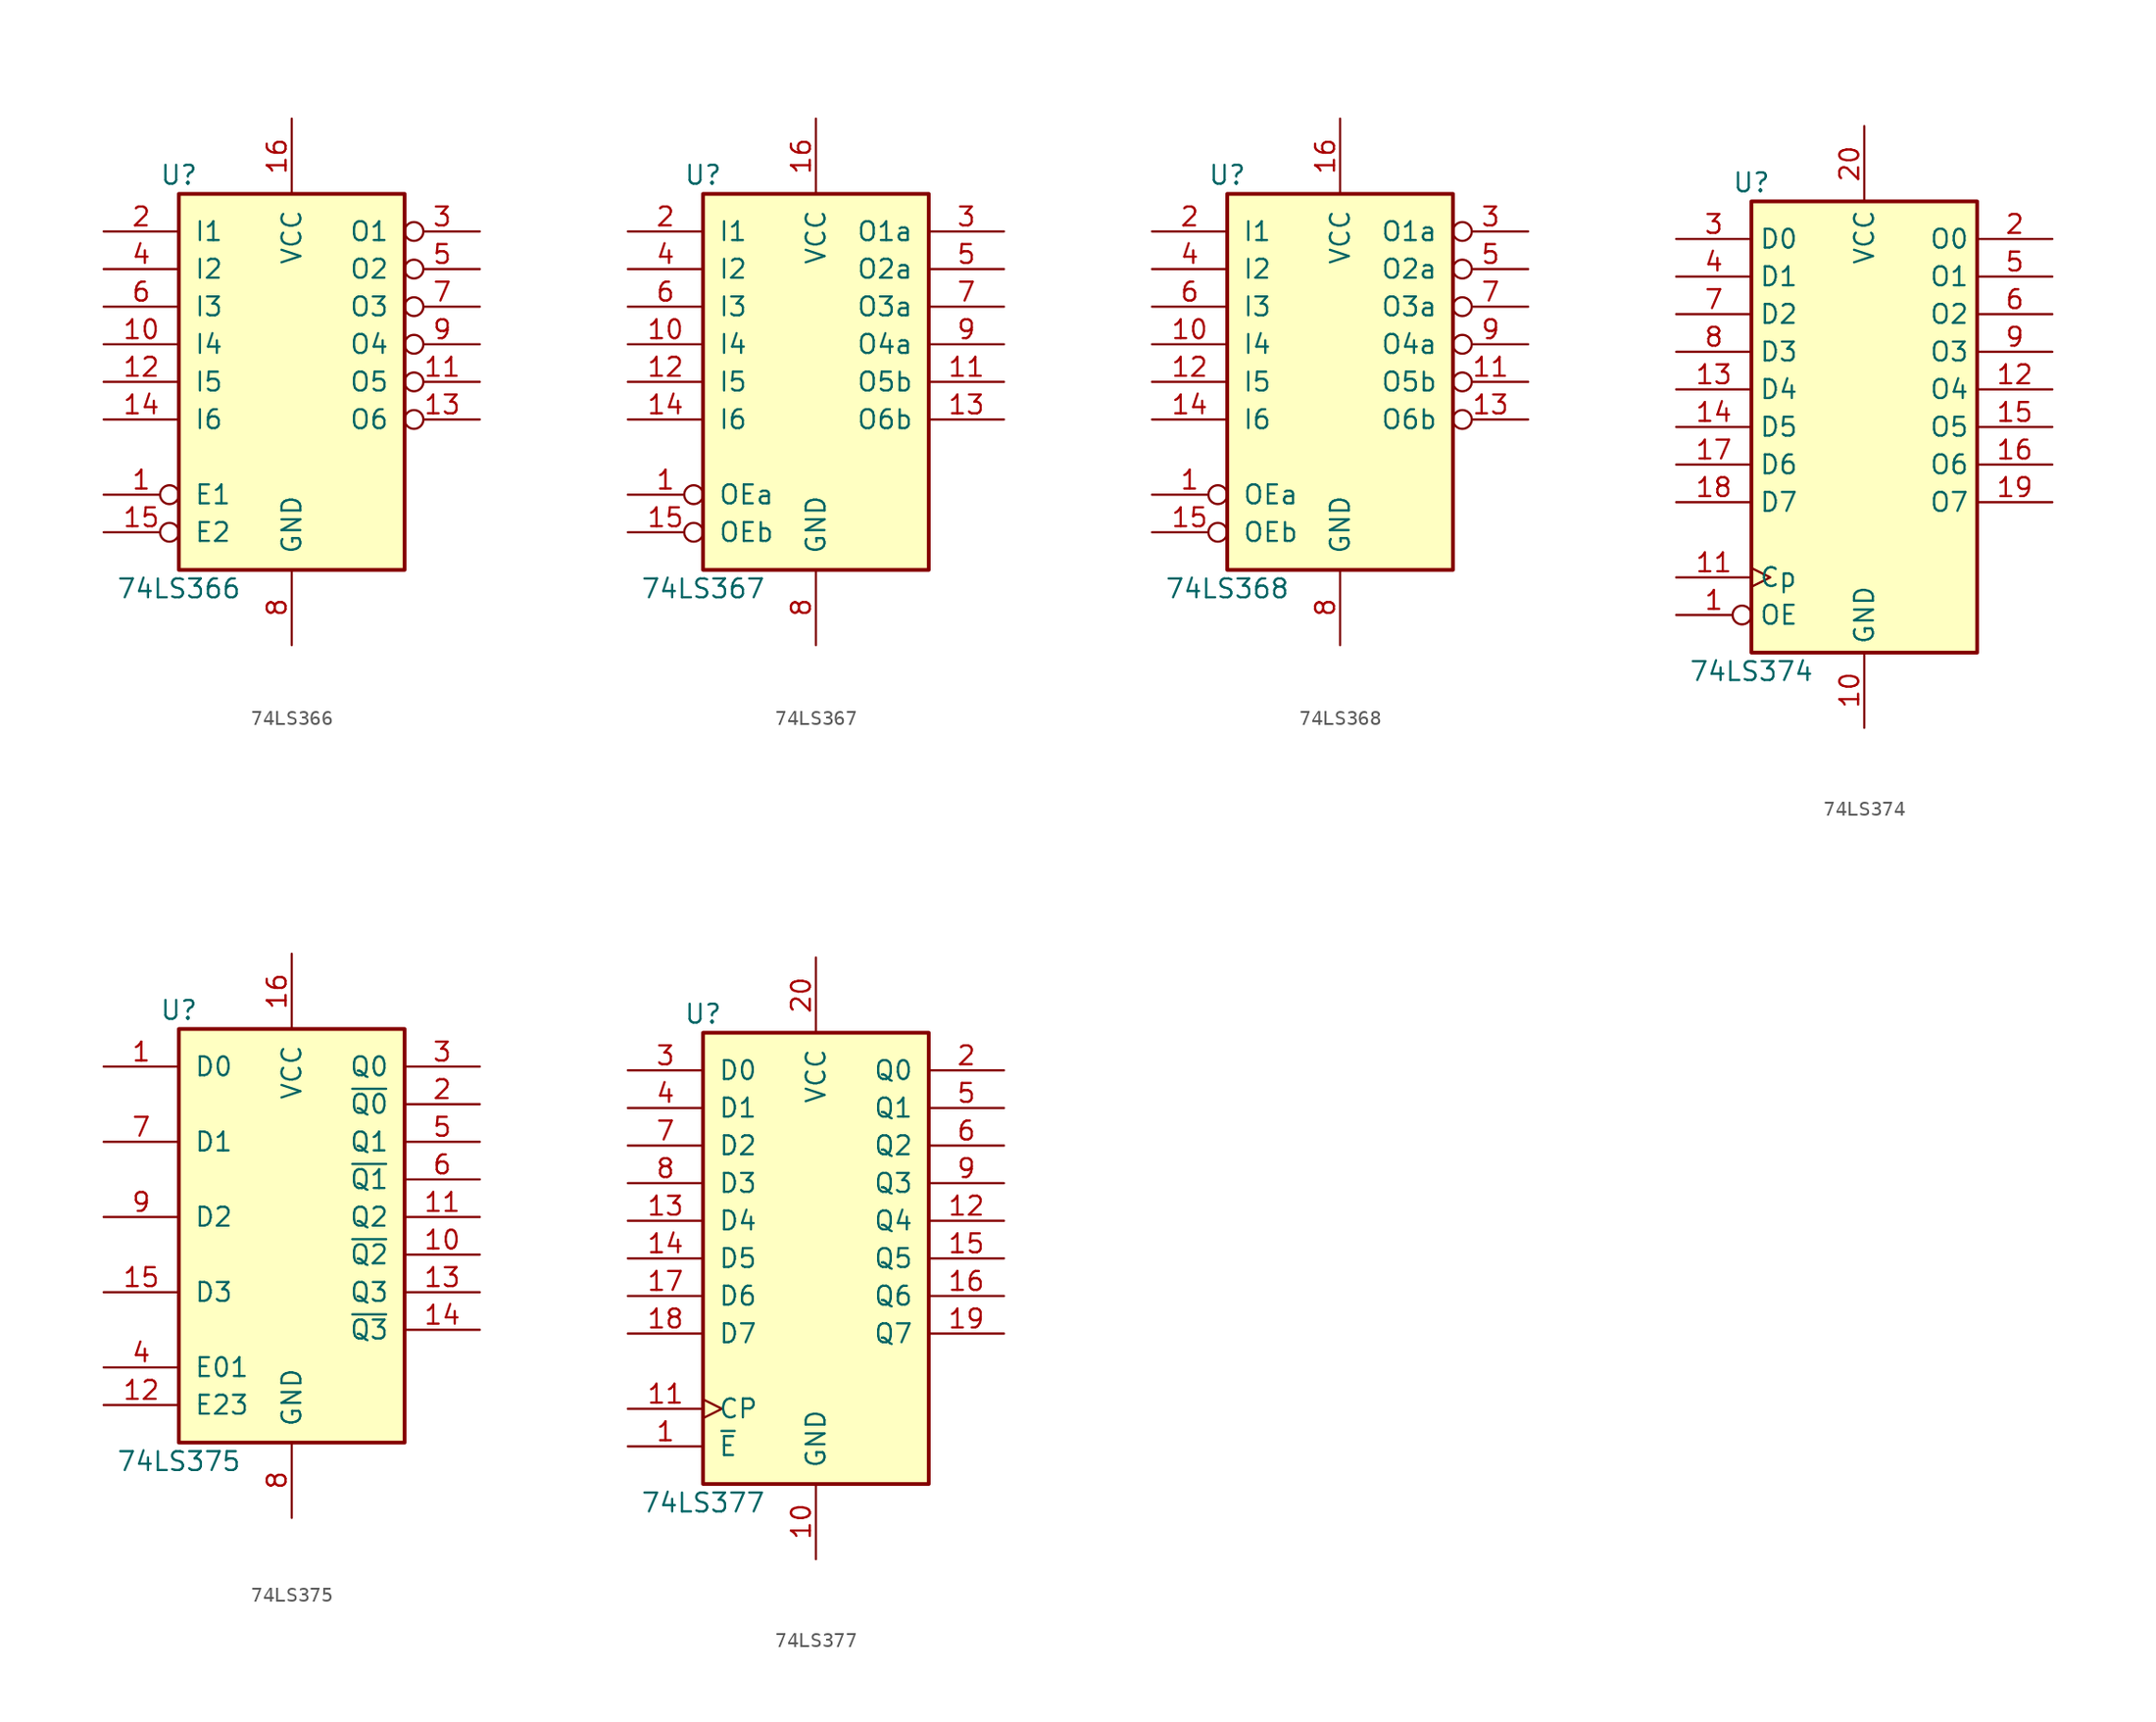
<source format=kicad_sym>
(kicad_symbol_lib
  (version 20201005)
  (generator kicad_symbol_editor)
  (symbol "74LS366"
    (pin_names
      (offset 1.016))
    (property "Reference" "U"
      (at -7.62 13.97 0)
      (effects (font (size 1.27 1.27))))
    (property "Value" "74LS366"
      (at -7.62 -13.97 0)
      (effects (font (size 1.27 1.27))))
    (property "ki_locked" ""
      (at 0 0 0)
      (effects (font (size 1.27 1.27))))
    (symbol "74LS366_1_0"
      (pin input inverted (at -12.7 -7.62 0) (length 5.08) (name "E1" (effects (font (size 1.27 1.27)))) (number "1" (effects (font (size 1.27 1.27)))))
      (pin input line (at -12.7 2.54 0) (length 5.08) (name "I4" (effects (font (size 1.27 1.27)))) (number "10" (effects (font (size 1.27 1.27)))))
      (pin tri_state inverted (at 12.7 0 180) (length 5.08) (name "O5" (effects (font (size 1.27 1.27)))) (number "11" (effects (font (size 1.27 1.27)))))
      (pin input line (at -12.7 0 0) (length 5.08) (name "I5" (effects (font (size 1.27 1.27)))) (number "12" (effects (font (size 1.27 1.27)))))
      (pin tri_state inverted (at 12.7 -2.54 180) (length 5.08) (name "O6" (effects (font (size 1.27 1.27)))) (number "13" (effects (font (size 1.27 1.27)))))
      (pin input line (at -12.7 -2.54 0) (length 5.08) (name "I6" (effects (font (size 1.27 1.27)))) (number "14" (effects (font (size 1.27 1.27)))))
      (pin input inverted (at -12.7 -10.16 0) (length 5.08) (name "E2" (effects (font (size 1.27 1.27)))) (number "15" (effects (font (size 1.27 1.27)))))
      (pin power_in line (at 0 17.78 270) (length 5.08) (name "VCC" (effects (font (size 1.27 1.27)))) (number "16" (effects (font (size 1.27 1.27)))))
      (pin input line (at -12.7 10.16 0) (length 5.08) (name "I1" (effects (font (size 1.27 1.27)))) (number "2" (effects (font (size 1.27 1.27)))))
      (pin tri_state inverted (at 12.7 10.16 180) (length 5.08) (name "O1" (effects (font (size 1.27 1.27)))) (number "3" (effects (font (size 1.27 1.27)))))
      (pin input line (at -12.7 7.62 0) (length 5.08) (name "I2" (effects (font (size 1.27 1.27)))) (number "4" (effects (font (size 1.27 1.27)))))
      (pin tri_state inverted (at 12.7 7.62 180) (length 5.08) (name "O2" (effects (font (size 1.27 1.27)))) (number "5" (effects (font (size 1.27 1.27)))))
      (pin input line (at -12.7 5.08 0) (length 5.08) (name "I3" (effects (font (size 1.27 1.27)))) (number "6" (effects (font (size 1.27 1.27)))))
      (pin tri_state inverted (at 12.7 5.08 180) (length 5.08) (name "O3" (effects (font (size 1.27 1.27)))) (number "7" (effects (font (size 1.27 1.27)))))
      (pin power_in line (at 0 -17.78 90) (length 5.08) (name "GND" (effects (font (size 1.27 1.27)))) (number "8" (effects (font (size 1.27 1.27)))))
      (pin tri_state inverted (at 12.7 2.54 180) (length 5.08) (name "O4" (effects (font (size 1.27 1.27)))) (number "9" (effects (font (size 1.27 1.27))))))
    (symbol "74LS366_1_1"
      (rectangle (start -7.62 12.7) (end 7.62 -12.7) (stroke (width 0.254)) (fill (type background)))))
  (symbol "74LS367"
    (pin_names
      (offset 1.016))
    (property "Reference" "U"
      (at -7.62 13.97 0)
      (effects (font (size 1.27 1.27))))
    (property "Value" "74LS367"
      (at -7.62 -13.97 0)
      (effects (font (size 1.27 1.27))))
    (property "ki_locked" ""
      (at 0 0 0)
      (effects (font (size 1.27 1.27))))
    (symbol "74LS367_1_0"
      (pin input inverted (at -12.7 -7.62 0) (length 5.08) (name "OEa" (effects (font (size 1.27 1.27)))) (number "1" (effects (font (size 1.27 1.27)))))
      (pin input line (at -12.7 2.54 0) (length 5.08) (name "I4" (effects (font (size 1.27 1.27)))) (number "10" (effects (font (size 1.27 1.27)))))
      (pin tri_state line (at 12.7 0 180) (length 5.08) (name "O5b" (effects (font (size 1.27 1.27)))) (number "11" (effects (font (size 1.27 1.27)))))
      (pin input line (at -12.7 0 0) (length 5.08) (name "I5" (effects (font (size 1.27 1.27)))) (number "12" (effects (font (size 1.27 1.27)))))
      (pin tri_state line (at 12.7 -2.54 180) (length 5.08) (name "O6b" (effects (font (size 1.27 1.27)))) (number "13" (effects (font (size 1.27 1.27)))))
      (pin input line (at -12.7 -2.54 0) (length 5.08) (name "I6" (effects (font (size 1.27 1.27)))) (number "14" (effects (font (size 1.27 1.27)))))
      (pin input inverted (at -12.7 -10.16 0) (length 5.08) (name "OEb" (effects (font (size 1.27 1.27)))) (number "15" (effects (font (size 1.27 1.27)))))
      (pin power_in line (at 0 17.78 270) (length 5.08) (name "VCC" (effects (font (size 1.27 1.27)))) (number "16" (effects (font (size 1.27 1.27)))))
      (pin input line (at -12.7 10.16 0) (length 5.08) (name "I1" (effects (font (size 1.27 1.27)))) (number "2" (effects (font (size 1.27 1.27)))))
      (pin tri_state line (at 12.7 10.16 180) (length 5.08) (name "O1a" (effects (font (size 1.27 1.27)))) (number "3" (effects (font (size 1.27 1.27)))))
      (pin input line (at -12.7 7.62 0) (length 5.08) (name "I2" (effects (font (size 1.27 1.27)))) (number "4" (effects (font (size 1.27 1.27)))))
      (pin tri_state line (at 12.7 7.62 180) (length 5.08) (name "O2a" (effects (font (size 1.27 1.27)))) (number "5" (effects (font (size 1.27 1.27)))))
      (pin input line (at -12.7 5.08 0) (length 5.08) (name "I3" (effects (font (size 1.27 1.27)))) (number "6" (effects (font (size 1.27 1.27)))))
      (pin tri_state line (at 12.7 5.08 180) (length 5.08) (name "O3a" (effects (font (size 1.27 1.27)))) (number "7" (effects (font (size 1.27 1.27)))))
      (pin power_in line (at 0 -17.78 90) (length 5.08) (name "GND" (effects (font (size 1.27 1.27)))) (number "8" (effects (font (size 1.27 1.27)))))
      (pin tri_state line (at 12.7 2.54 180) (length 5.08) (name "O4a" (effects (font (size 1.27 1.27)))) (number "9" (effects (font (size 1.27 1.27))))))
    (symbol "74LS367_1_1"
      (rectangle (start -7.62 12.7) (end 7.62 -12.7) (stroke (width 0.254)) (fill (type background)))))
  (symbol "74LS368"
    (pin_names
      (offset 1.016))
    (property "Reference" "U"
      (at -7.62 13.97 0)
      (effects (font (size 1.27 1.27))))
    (property "Value" "74LS368"
      (at -7.62 -13.97 0)
      (effects (font (size 1.27 1.27))))
    (property "ki_locked" ""
      (at 0 0 0)
      (effects (font (size 1.27 1.27))))
    (symbol "74LS368_1_0"
      (pin input inverted (at -12.7 -7.62 0) (length 5.08) (name "OEa" (effects (font (size 1.27 1.27)))) (number "1" (effects (font (size 1.27 1.27)))))
      (pin input line (at -12.7 2.54 0) (length 5.08) (name "I4" (effects (font (size 1.27 1.27)))) (number "10" (effects (font (size 1.27 1.27)))))
      (pin tri_state inverted (at 12.7 0 180) (length 5.08) (name "O5b" (effects (font (size 1.27 1.27)))) (number "11" (effects (font (size 1.27 1.27)))))
      (pin input line (at -12.7 0 0) (length 5.08) (name "I5" (effects (font (size 1.27 1.27)))) (number "12" (effects (font (size 1.27 1.27)))))
      (pin tri_state inverted (at 12.7 -2.54 180) (length 5.08) (name "O6b" (effects (font (size 1.27 1.27)))) (number "13" (effects (font (size 1.27 1.27)))))
      (pin input line (at -12.7 -2.54 0) (length 5.08) (name "I6" (effects (font (size 1.27 1.27)))) (number "14" (effects (font (size 1.27 1.27)))))
      (pin input inverted (at -12.7 -10.16 0) (length 5.08) (name "OEb" (effects (font (size 1.27 1.27)))) (number "15" (effects (font (size 1.27 1.27)))))
      (pin power_in line (at 0 17.78 270) (length 5.08) (name "VCC" (effects (font (size 1.27 1.27)))) (number "16" (effects (font (size 1.27 1.27)))))
      (pin input line (at -12.7 10.16 0) (length 5.08) (name "I1" (effects (font (size 1.27 1.27)))) (number "2" (effects (font (size 1.27 1.27)))))
      (pin tri_state inverted (at 12.7 10.16 180) (length 5.08) (name "O1a" (effects (font (size 1.27 1.27)))) (number "3" (effects (font (size 1.27 1.27)))))
      (pin input line (at -12.7 7.62 0) (length 5.08) (name "I2" (effects (font (size 1.27 1.27)))) (number "4" (effects (font (size 1.27 1.27)))))
      (pin tri_state inverted (at 12.7 7.62 180) (length 5.08) (name "O2a" (effects (font (size 1.27 1.27)))) (number "5" (effects (font (size 1.27 1.27)))))
      (pin input line (at -12.7 5.08 0) (length 5.08) (name "I3" (effects (font (size 1.27 1.27)))) (number "6" (effects (font (size 1.27 1.27)))))
      (pin tri_state inverted (at 12.7 5.08 180) (length 5.08) (name "O3a" (effects (font (size 1.27 1.27)))) (number "7" (effects (font (size 1.27 1.27)))))
      (pin power_in line (at 0 -17.78 90) (length 5.08) (name "GND" (effects (font (size 1.27 1.27)))) (number "8" (effects (font (size 1.27 1.27)))))
      (pin tri_state inverted (at 12.7 2.54 180) (length 5.08) (name "O4a" (effects (font (size 1.27 1.27)))) (number "9" (effects (font (size 1.27 1.27))))))
    (symbol "74LS368_1_1"
      (rectangle (start -7.62 12.7) (end 7.62 -12.7) (stroke (width 0.254)) (fill (type background)))))
  (symbol "74LS374"
    (property "Reference" "U"
      (at -7.62 16.51 0)
      (effects (font (size 1.27 1.27))))
    (property "Value" "74LS374"
      (at -7.62 -16.51 0)
      (effects (font (size 1.27 1.27))))
    (symbol "74LS374_1_0"
      (pin input inverted (at -12.7 -12.7 0) (length 5.08) (name "OE" (effects (font (size 1.27 1.27)))) (number "1" (effects (font (size 1.27 1.27)))))
      (pin power_in line (at 0 -20.32 90) (length 5.08) (name "GND" (effects (font (size 1.27 1.27)))) (number "10" (effects (font (size 1.27 1.27)))))
      (pin input clock (at -12.7 -10.16 0) (length 5.08) (name "Cp" (effects (font (size 1.27 1.27)))) (number "11" (effects (font (size 1.27 1.27)))))
      (pin tri_state line (at 12.7 2.54 180) (length 5.08) (name "O4" (effects (font (size 1.27 1.27)))) (number "12" (effects (font (size 1.27 1.27)))))
      (pin input line (at -12.7 2.54 0) (length 5.08) (name "D4" (effects (font (size 1.27 1.27)))) (number "13" (effects (font (size 1.27 1.27)))))
      (pin input line (at -12.7 0 0) (length 5.08) (name "D5" (effects (font (size 1.27 1.27)))) (number "14" (effects (font (size 1.27 1.27)))))
      (pin tri_state line (at 12.7 0 180) (length 5.08) (name "O5" (effects (font (size 1.27 1.27)))) (number "15" (effects (font (size 1.27 1.27)))))
      (pin tri_state line (at 12.7 -2.54 180) (length 5.08) (name "O6" (effects (font (size 1.27 1.27)))) (number "16" (effects (font (size 1.27 1.27)))))
      (pin input line (at -12.7 -2.54 0) (length 5.08) (name "D6" (effects (font (size 1.27 1.27)))) (number "17" (effects (font (size 1.27 1.27)))))
      (pin input line (at -12.7 -5.08 0) (length 5.08) (name "D7" (effects (font (size 1.27 1.27)))) (number "18" (effects (font (size 1.27 1.27)))))
      (pin tri_state line (at 12.7 -5.08 180) (length 5.08) (name "O7" (effects (font (size 1.27 1.27)))) (number "19" (effects (font (size 1.27 1.27)))))
      (pin tri_state line (at 12.7 12.7 180) (length 5.08) (name "O0" (effects (font (size 1.27 1.27)))) (number "2" (effects (font (size 1.27 1.27)))))
      (pin power_in line (at 0 20.32 270) (length 5.08) (name "VCC" (effects (font (size 1.27 1.27)))) (number "20" (effects (font (size 1.27 1.27)))))
      (pin input line (at -12.7 12.7 0) (length 5.08) (name "D0" (effects (font (size 1.27 1.27)))) (number "3" (effects (font (size 1.27 1.27)))))
      (pin input line (at -12.7 10.16 0) (length 5.08) (name "D1" (effects (font (size 1.27 1.27)))) (number "4" (effects (font (size 1.27 1.27)))))
      (pin tri_state line (at 12.7 10.16 180) (length 5.08) (name "O1" (effects (font (size 1.27 1.27)))) (number "5" (effects (font (size 1.27 1.27)))))
      (pin tri_state line (at 12.7 7.62 180) (length 5.08) (name "O2" (effects (font (size 1.27 1.27)))) (number "6" (effects (font (size 1.27 1.27)))))
      (pin input line (at -12.7 7.62 0) (length 5.08) (name "D2" (effects (font (size 1.27 1.27)))) (number "7" (effects (font (size 1.27 1.27)))))
      (pin input line (at -12.7 5.08 0) (length 5.08) (name "D3" (effects (font (size 1.27 1.27)))) (number "8" (effects (font (size 1.27 1.27)))))
      (pin tri_state line (at 12.7 5.08 180) (length 5.08) (name "O3" (effects (font (size 1.27 1.27)))) (number "9" (effects (font (size 1.27 1.27))))))
    (symbol "74LS374_1_1"
      (rectangle (start -7.62 15.24) (end 7.62 -15.24) (stroke (width 0.254)) (fill (type background)))))
  (symbol "74LS375"
    (pin_names
      (offset 1.016))
    (property "Reference" "U"
      (at -7.62 13.97 0)
      (effects (font (size 1.27 1.27))))
    (property "Value" "74LS375"
      (at -7.62 -16.51 0)
      (effects (font (size 1.27 1.27))))
    (property "ki_locked" ""
      (at 0 0 0)
      (effects (font (size 1.27 1.27))))
    (symbol "74LS375_1_0"
      (pin input line (at -12.7 10.16 0) (length 5.08) (name "D0" (effects (font (size 1.27 1.27)))) (number "1" (effects (font (size 1.27 1.27)))))
      (pin output line (at 12.7 -2.54 180) (length 5.08) (name "~Q2" (effects (font (size 1.27 1.27)))) (number "10" (effects (font (size 1.27 1.27)))))
      (pin output line (at 12.7 0 180) (length 5.08) (name "Q2" (effects (font (size 1.27 1.27)))) (number "11" (effects (font (size 1.27 1.27)))))
      (pin input line (at -12.7 -12.7 0) (length 5.08) (name "E23" (effects (font (size 1.27 1.27)))) (number "12" (effects (font (size 1.27 1.27)))))
      (pin output line (at 12.7 -5.08 180) (length 5.08) (name "Q3" (effects (font (size 1.27 1.27)))) (number "13" (effects (font (size 1.27 1.27)))))
      (pin output line (at 12.7 -7.62 180) (length 5.08) (name "~Q3" (effects (font (size 1.27 1.27)))) (number "14" (effects (font (size 1.27 1.27)))))
      (pin input line (at -12.7 -5.08 0) (length 5.08) (name "D3" (effects (font (size 1.27 1.27)))) (number "15" (effects (font (size 1.27 1.27)))))
      (pin power_in line (at 0 17.78 270) (length 5.08) (name "VCC" (effects (font (size 1.27 1.27)))) (number "16" (effects (font (size 1.27 1.27)))))
      (pin output line (at 12.7 7.62 180) (length 5.08) (name "~Q0" (effects (font (size 1.27 1.27)))) (number "2" (effects (font (size 1.27 1.27)))))
      (pin output line (at 12.7 10.16 180) (length 5.08) (name "Q0" (effects (font (size 1.27 1.27)))) (number "3" (effects (font (size 1.27 1.27)))))
      (pin input line (at -12.7 -10.16 0) (length 5.08) (name "E01" (effects (font (size 1.27 1.27)))) (number "4" (effects (font (size 1.27 1.27)))))
      (pin output line (at 12.7 5.08 180) (length 5.08) (name "Q1" (effects (font (size 1.27 1.27)))) (number "5" (effects (font (size 1.27 1.27)))))
      (pin output line (at 12.7 2.54 180) (length 5.08) (name "~Q1" (effects (font (size 1.27 1.27)))) (number "6" (effects (font (size 1.27 1.27)))))
      (pin input line (at -12.7 5.08 0) (length 5.08) (name "D1" (effects (font (size 1.27 1.27)))) (number "7" (effects (font (size 1.27 1.27)))))
      (pin power_in line (at 0 -20.32 90) (length 5.08) (name "GND" (effects (font (size 1.27 1.27)))) (number "8" (effects (font (size 1.27 1.27)))))
      (pin input line (at -12.7 0 0) (length 5.08) (name "D2" (effects (font (size 1.27 1.27)))) (number "9" (effects (font (size 1.27 1.27))))))
    (symbol "74LS375_1_1"
      (rectangle (start -7.62 12.7) (end 7.62 -15.24) (stroke (width 0.254)) (fill (type background)))))
  (symbol "74LS377"
    (pin_names
      (offset 1.016))
    (property "Reference" "U"
      (at -7.62 16.51 0)
      (effects (font (size 1.27 1.27))))
    (property "Value" "74LS377"
      (at -7.62 -16.51 0)
      (effects (font (size 1.27 1.27))))
    (property "ki_locked" ""
      (at 0 0 0)
      (effects (font (size 1.27 1.27))))
    (symbol "74LS377_1_0"
      (pin input line (at -12.7 -12.7 0) (length 5.08) (name "~E" (effects (font (size 1.27 1.27)))) (number "1" (effects (font (size 1.27 1.27)))))
      (pin power_in line (at 0 -20.32 90) (length 5.08) (name "GND" (effects (font (size 1.27 1.27)))) (number "10" (effects (font (size 1.27 1.27)))))
      (pin input clock (at -12.7 -10.16 0) (length 5.08) (name "CP" (effects (font (size 1.27 1.27)))) (number "11" (effects (font (size 1.27 1.27)))))
      (pin output line (at 12.7 2.54 180) (length 5.08) (name "Q4" (effects (font (size 1.27 1.27)))) (number "12" (effects (font (size 1.27 1.27)))))
      (pin input line (at -12.7 2.54 0) (length 5.08) (name "D4" (effects (font (size 1.27 1.27)))) (number "13" (effects (font (size 1.27 1.27)))))
      (pin input line (at -12.7 0 0) (length 5.08) (name "D5" (effects (font (size 1.27 1.27)))) (number "14" (effects (font (size 1.27 1.27)))))
      (pin output line (at 12.7 0 180) (length 5.08) (name "Q5" (effects (font (size 1.27 1.27)))) (number "15" (effects (font (size 1.27 1.27)))))
      (pin output line (at 12.7 -2.54 180) (length 5.08) (name "Q6" (effects (font (size 1.27 1.27)))) (number "16" (effects (font (size 1.27 1.27)))))
      (pin input line (at -12.7 -2.54 0) (length 5.08) (name "D6" (effects (font (size 1.27 1.27)))) (number "17" (effects (font (size 1.27 1.27)))))
      (pin input line (at -12.7 -5.08 0) (length 5.08) (name "D7" (effects (font (size 1.27 1.27)))) (number "18" (effects (font (size 1.27 1.27)))))
      (pin output line (at 12.7 -5.08 180) (length 5.08) (name "Q7" (effects (font (size 1.27 1.27)))) (number "19" (effects (font (size 1.27 1.27)))))
      (pin output line (at 12.7 12.7 180) (length 5.08) (name "Q0" (effects (font (size 1.27 1.27)))) (number "2" (effects (font (size 1.27 1.27)))))
      (pin power_in line (at 0 20.32 270) (length 5.08) (name "VCC" (effects (font (size 1.27 1.27)))) (number "20" (effects (font (size 1.27 1.27)))))
      (pin input line (at -12.7 12.7 0) (length 5.08) (name "D0" (effects (font (size 1.27 1.27)))) (number "3" (effects (font (size 1.27 1.27)))))
      (pin input line (at -12.7 10.16 0) (length 5.08) (name "D1" (effects (font (size 1.27 1.27)))) (number "4" (effects (font (size 1.27 1.27)))))
      (pin output line (at 12.7 10.16 180) (length 5.08) (name "Q1" (effects (font (size 1.27 1.27)))) (number "5" (effects (font (size 1.27 1.27)))))
      (pin output line (at 12.7 7.62 180) (length 5.08) (name "Q2" (effects (font (size 1.27 1.27)))) (number "6" (effects (font (size 1.27 1.27)))))
      (pin input line (at -12.7 7.62 0) (length 5.08) (name "D2" (effects (font (size 1.27 1.27)))) (number "7" (effects (font (size 1.27 1.27)))))
      (pin input line (at -12.7 5.08 0) (length 5.08) (name "D3" (effects (font (size 1.27 1.27)))) (number "8" (effects (font (size 1.27 1.27)))))
      (pin output line (at 12.7 5.08 180) (length 5.08) (name "Q3" (effects (font (size 1.27 1.27)))) (number "9" (effects (font (size 1.27 1.27))))))
    (symbol "74LS377_1_1"
      (rectangle (start -7.62 15.24) (end 7.62 -15.24) (stroke (width 0.254)) (fill (type background))))))
</source>
